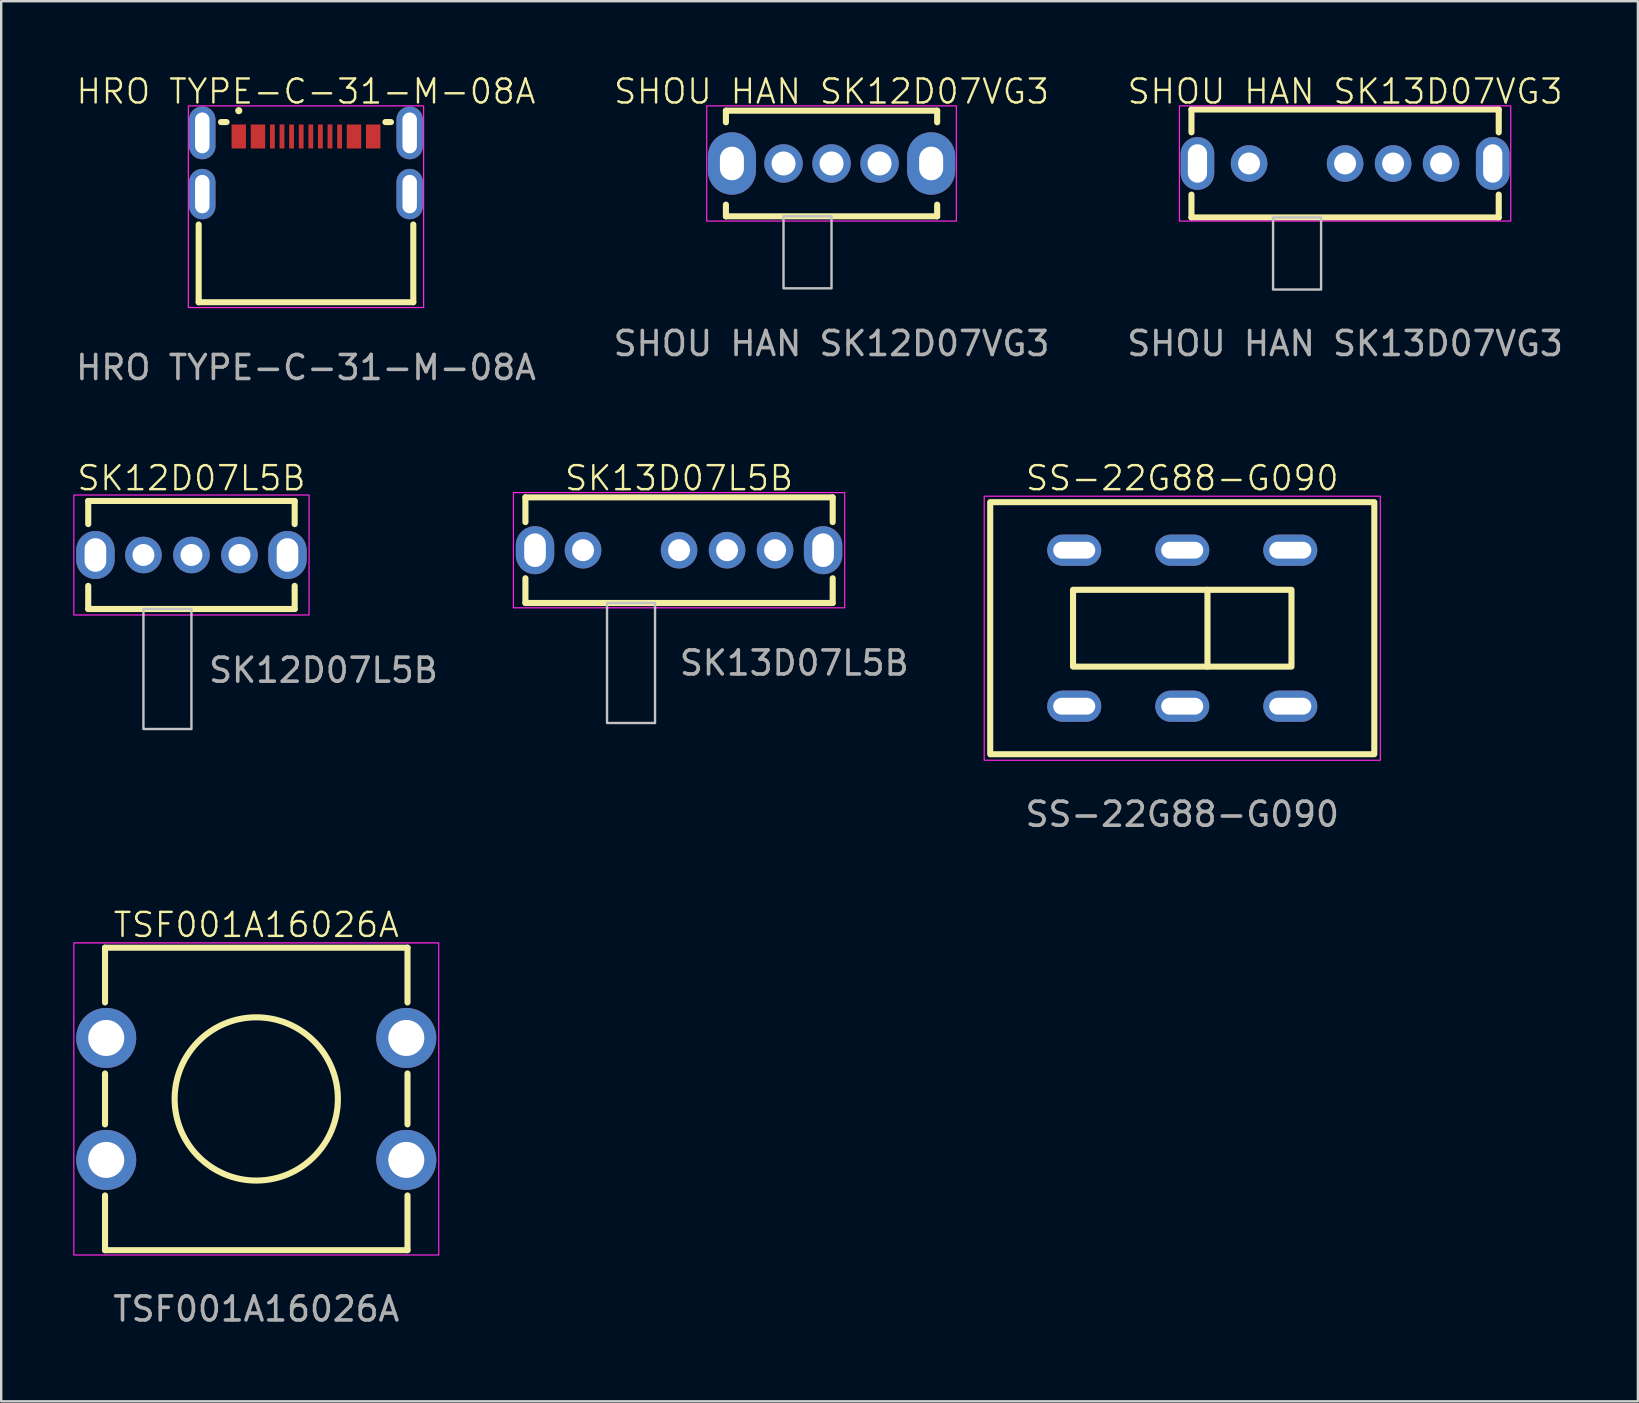
<source format=kicad_pcb>
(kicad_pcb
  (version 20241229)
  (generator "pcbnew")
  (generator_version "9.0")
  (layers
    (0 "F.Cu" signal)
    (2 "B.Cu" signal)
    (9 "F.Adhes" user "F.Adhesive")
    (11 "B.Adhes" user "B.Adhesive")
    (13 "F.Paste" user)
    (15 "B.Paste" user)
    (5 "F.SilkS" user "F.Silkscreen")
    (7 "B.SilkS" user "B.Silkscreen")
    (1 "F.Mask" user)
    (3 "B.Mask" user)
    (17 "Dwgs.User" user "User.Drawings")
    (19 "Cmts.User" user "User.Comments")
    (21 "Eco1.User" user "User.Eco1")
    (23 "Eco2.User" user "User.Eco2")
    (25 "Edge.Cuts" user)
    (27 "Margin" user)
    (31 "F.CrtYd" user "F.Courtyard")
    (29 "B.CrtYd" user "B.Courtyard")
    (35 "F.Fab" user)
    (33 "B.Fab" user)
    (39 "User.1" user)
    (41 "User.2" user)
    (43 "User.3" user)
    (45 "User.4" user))
  (footprint "HRO TYPE-C-31-M-08A"
    (layer "F.Cu")
    (at 9.696 3.76)
    (property "Reference" "HRO TYPE-C-31-M-08A" (at 0 -3 0) (unlocked yes) (layer "F.SilkS") (effects (font (size 1 1) (thickness 0.1))))
    (attr smd)
    (fp_line (start -4.47 2.542) (end -4.47 5.78) (stroke (width 0.254) (type default)) (layer "F.SilkS"))
    (fp_line (start -4.47 5.78) (end 4.47 5.78) (stroke (width 0.254) (type default)) (layer "F.SilkS"))
    (fp_line (start -3.308 -1.725) (end -3.539 -1.725) (stroke (width 0.254) (type default)) (layer "F.SilkS"))
    (fp_line (start 3.308 -1.725) (end 3.539 -1.725) (stroke (width 0.254) (type default)) (layer "F.SilkS"))
    (fp_line (start 4.47 5.78) (end 4.47 2.542) (stroke (width 0.254) (type default)) (layer "F.SilkS"))
    (fp_circle (center -2.8 -2.2) (end -2.7 -2.2) (stroke (width 0.1) (type solid)) (fill yes) (layer "F.SilkS"))
    (fp_rect (start -4.9 -2.4) (end 4.9 6) (stroke (width 0.05) (type default)) (fill no) (layer "F.CrtYd"))
    (fp_text user "${REFERENCE}" (at 0 8.5 0) (unlocked yes) (layer "F.Fab") (effects (font (size 1 1) (thickness 0.15))))
    (pad "1" smd rect (at -2.8 -1.125) (size 0.6 1) (layers "F.Cu" "F.Mask" "F.Paste"))
    (pad "2" smd rect (at -2 -1.125) (size 0.6 1) (layers "F.Cu" "F.Mask" "F.Paste"))
    (pad "3" smd rect (at -1.4 -1.125) (size 0.2 1) (layers "F.Cu" "F.Mask" "F.Paste"))
    (pad "4" smd rect (at -1 -1.125) (size 0.2 1) (layers "F.Cu" "F.Mask" "F.Paste"))
    (pad "5" smd rect (at -0.6 -1.125) (size 0.2 1) (layers "F.Cu" "F.Mask" "F.Paste"))
    (pad "6" smd rect (at -0.2 -1.125) (size 0.2 1) (layers "F.Cu" "F.Mask" "F.Paste"))
    (pad "7" smd rect (at 0.2 -1.125) (size 0.2 1) (layers "F.Cu" "F.Mask" "F.Paste"))
    (pad "8" smd rect (at 0.6 -1.125) (size 0.2 1) (layers "F.Cu" "F.Mask" "F.Paste"))
    (pad "9" smd rect (at 1 -1.125) (size 0.2 1) (layers "F.Cu" "F.Mask" "F.Paste"))
    (pad "10" smd rect (at 1.4 -1.125) (size 0.2 1) (layers "F.Cu" "F.Mask" "F.Paste"))
    (pad "11" smd rect (at 2 -1.125) (size 0.6 1) (layers "F.Cu" "F.Mask" "F.Paste"))
    (pad "12" smd rect (at 2.8 -1.125) (size 0.6 1) (layers "F.Cu" "F.Mask" "F.Paste"))
    (pad "13" thru_hole oval (at -4.32 -1.275) (size 1.1 2.2) (drill oval 0.6 1.7) (layers "*.Cu" "*.Mask"))
    (pad "13" thru_hole oval (at -4.32 1.275) (size 1.1 2.1) (drill oval 0.6 1.6) (layers "*.Cu" "*.Mask"))
    (pad "13" thru_hole oval (at 4.32 -1.275) (size 1.1 2.2) (drill oval 0.6 1.7) (layers "*.Cu" "*.Mask"))
    (pad "13" thru_hole oval (at 4.32 1.275) (size 1.1 2.1) (drill oval 0.6 1.6) (layers "*.Cu" "*.Mask")))
  (footprint "SS-22G88-G090"
    (layer "F.Cu")
    (at 46.199 23.119)
    (property "Reference" "SS-22G88-G090" (at 0 -6.25 0) (unlocked yes) (layer "F.SilkS") (effects (font (size 1 1) (thickness 0.1))))
    (attr through_hole)
    (fp_line (start 1.05 -1.6) (end 1.05 1.6) (stroke (width 0.254) (type default)) (layer "F.SilkS"))
    (fp_rect (start -8 -5.25) (end 8 5.25) (stroke (width 0.254) (type default)) (fill no) (layer "F.SilkS"))
    (fp_rect (start -4.55 -1.6) (end 4.55 1.6) (stroke (width 0.254) (type default)) (fill no) (layer "F.SilkS"))
    (fp_rect (start -8.25 -5.5) (end 8.25 5.5) (stroke (width 0.05) (type default)) (fill no) (layer "F.CrtYd"))
    (fp_text user "${REFERENCE}" (at 0 7.75 0) (unlocked yes) (layer "F.Fab") (effects (font (size 1 1) (thickness 0.15))))
    (pad "1" thru_hole oval (at -4.5 3.25) (size 2.25 1.3) (drill oval 1.75 0.7) (layers "*.Cu" "*.Mask"))
    (pad "2" thru_hole oval (at 0 3.25) (size 2.25 1.3) (drill oval 1.75 0.7) (layers "*.Cu" "*.Mask"))
    (pad "3" thru_hole oval (at 4.5 3.25) (size 2.25 1.3) (drill oval 1.75 0.7) (layers "*.Cu" "*.Mask"))
    (pad "4" thru_hole oval (at 4.5 -3.25) (size 2.25 1.3) (drill oval 1.75 0.7) (layers "*.Cu" "*.Mask"))
    (pad "5" thru_hole oval (at 0 -3.25) (size 2.25 1.3) (drill oval 1.75 0.7) (layers "*.Cu" "*.Mask"))
    (pad "6" thru_hole oval (at -4.5 -3.25) (size 2.25 1.3) (drill oval 1.75 0.7) (layers "*.Cu" "*.Mask")))
  (footprint "SHOU HAN SK12D07VG3"
    (layer "F.Cu")
    (at 31.589 3.76)
    (property "Reference" "SHOU HAN SK12D07VG3" (at 0 -3 0) (unlocked yes) (layer "F.SilkS") (effects (font (size 1 1) (thickness 0.1))))
    (attr through_hole)
    (fp_line (start -4.4 -2.2) (end -4.4 -1.715) (stroke (width 0.254) (type default)) (layer "F.SilkS"))
    (fp_line (start -4.4 -2.2) (end 4.4 -2.2) (stroke (width 0.254) (type default)) (layer "F.SilkS"))
    (fp_line (start -4.4 1.715) (end -4.4 2.2) (stroke (width 0.254) (type default)) (layer "F.SilkS"))
    (fp_line (start -4.4 2.2) (end 4.4 2.2) (stroke (width 0.254) (type default)) (layer "F.SilkS"))
    (fp_line (start 4.4 -2.2) (end 4.4 -1.715) (stroke (width 0.254) (type default)) (layer "F.SilkS"))
    (fp_line (start 4.4 2.2) (end 4.4 1.715) (stroke (width 0.254) (type default)) (layer "F.SilkS"))
    (fp_rect (start 0 2.2) (end -2 5.2) (stroke (width 0.1) (type default)) (fill no) (layer "Dwgs.User"))
    (fp_rect (start -5.2 -2.4) (end 5.2 2.4) (stroke (width 0.05) (type default)) (fill no) (layer "F.CrtYd"))
    (fp_text user "${REFERENCE}" (at 0 7.5 0) (unlocked yes) (layer "F.Fab") (effects (font (size 1 1) (thickness 0.15))))
    (pad "1" thru_hole circle (at -2 0) (size 1.6 1.6) (drill 1) (layers "*.Cu" "*.Mask"))
    (pad "2" thru_hole circle (at 0 0) (size 1.6 1.6) (drill 1) (layers "*.Cu" "*.Mask"))
    (pad "3" thru_hole circle (at 2 0) (size 1.6 1.6) (drill 1) (layers "*.Cu" "*.Mask"))
    (pad "GND" thru_hole oval (at -4.15 0) (size 2 2.6) (drill oval 1 1.4) (layers "*.Cu" "*.Mask"))
    (pad "GND" thru_hole oval (at 4.15 0) (size 2 2.6) (drill oval 1 1.4) (layers "*.Cu" "*.Mask")))
  (footprint "SHOU HAN SK13D07VG3"
    (layer "F.Cu")
    (at 52.982 3.76)
    (property "Reference" "SHOU HAN SK13D07VG3" (at 0 -3 0) (unlocked yes) (layer "F.SilkS") (effects (font (size 1 1) (thickness 0.1))))
    (attr through_hole)
    (fp_line (start -6.4 -2.25) (end 6.4 -2.25) (stroke (width 0.254) (type default)) (layer "F.SilkS"))
    (fp_line (start -6.4 -1.297) (end -6.4 -2.25) (stroke (width 0.254) (type default)) (layer "F.SilkS"))
    (fp_line (start -6.4 2.249) (end -6.4 1.297) (stroke (width 0.254) (type default)) (layer "F.SilkS"))
    (fp_line (start -6.4 2.249) (end 6.4 2.249) (stroke (width 0.254) (type default)) (layer "F.SilkS"))
    (fp_line (start 6.4 -1.297) (end 6.4 -2.25) (stroke (width 0.254) (type default)) (layer "F.SilkS"))
    (fp_line (start 6.4 2.249) (end 6.4 1.297) (stroke (width 0.254) (type default)) (layer "F.SilkS"))
    (fp_rect (start -1 2.25) (end -3 5.25) (stroke (width 0.1) (type default)) (fill no) (layer "Dwgs.User"))
    (fp_rect (start -6.9 -2.4) (end 6.9 2.4) (stroke (width 0.05) (type default)) (fill no) (layer "F.CrtYd"))
    (fp_text user "${REFERENCE}" (at 0 7.5 0) (unlocked yes) (layer "F.Fab") (effects (font (size 1 1) (thickness 0.15))))
    (pad "1" thru_hole circle (at -4 0) (size 1.524 1.524) (drill 0.914) (layers "*.Cu" "*.Mask"))
    (pad "2" thru_hole circle (at 0 0) (size 1.524 1.524) (drill 0.914) (layers "*.Cu" "*.Mask"))
    (pad "3" thru_hole circle (at 2 0) (size 1.524 1.524) (drill 0.914) (layers "*.Cu" "*.Mask"))
    (pad "4" thru_hole circle (at 4 0) (size 1.524 1.524) (drill 0.914) (layers "*.Cu" "*.Mask"))
    (pad "GND" thru_hole oval (at -6.15 0) (size 1.4 2.2) (drill oval 0.8 1.6) (layers "*.Cu" "*.Mask"))
    (pad "GND" thru_hole oval (at 6.15 0) (size 1.4 2.2) (drill oval 0.8 1.6) (layers "*.Cu" "*.Mask")))
  (footprint "TSF001A16026A"
    (layer "F.Cu")
    (at 7.625 42.728)
    (property "Reference" "TSF001A16026A" (at 0 -7.25 0) (unlocked yes) (layer "F.SilkS") (effects (font (size 1 1) (thickness 0.1))))
    (attr through_hole)
    (fp_line (start -6.3 -6.3) (end -6.3 -4.02) (stroke (width 0.254) (type default)) (layer "F.SilkS"))
    (fp_line (start -6.3 -1.06) (end -6.3 1.06) (stroke (width 0.254) (type default)) (layer "F.SilkS"))
    (fp_line (start -6.3 6.3) (end -6.3 4.02) (stroke (width 0.254) (type default)) (layer "F.SilkS"))
    (fp_line (start 6.3 -6.3) (end -6.3 -6.3) (stroke (width 0.254) (type default)) (layer "F.SilkS"))
    (fp_line (start 6.3 -6.3) (end 6.3 -4.02) (stroke (width 0.254) (type default)) (layer "F.SilkS"))
    (fp_line (start 6.3 -1.06) (end 6.3 1.06) (stroke (width 0.254) (type default)) (layer "F.SilkS"))
    (fp_line (start 6.3 6.3) (end -6.3 6.3) (stroke (width 0.254) (type default)) (layer "F.SilkS"))
    (fp_line (start 6.3 6.3) (end 6.3 4.02) (stroke (width 0.254) (type default)) (layer "F.SilkS"))
    (fp_circle (center 0 0) (end 3.4 0) (stroke (width 0.254) (type default)) (fill no) (layer "F.SilkS"))
    (fp_rect (start -7.6 -6.5) (end 7.6 6.5) (stroke (width 0.05) (type default)) (fill no) (layer "F.CrtYd"))
    (fp_text user "${REFERENCE}" (at 0 8.75 0) (unlocked yes) (layer "F.Fab") (effects (font (size 1 1) (thickness 0.15))))
    (pad "1" thru_hole circle (at -6.25 -2.54) (size 2.5 2.5) (drill 1.5) (layers "*.Cu" "*.Mask"))
    (pad "1" thru_hole circle (at 6.25 -2.54) (size 2.5 2.5) (drill 1.5) (layers "*.Cu" "*.Mask"))
    (pad "2" thru_hole circle (at -6.25 2.54) (size 2.5 2.5) (drill 1.5) (layers "*.Cu" "*.Mask"))
    (pad "2" thru_hole circle (at 6.25 2.54) (size 2.5 2.5) (drill 1.5) (layers "*.Cu" "*.Mask")))
  (footprint "SK13D07L5B"
    (layer "F.Cu")
    (at 25.237 19.869)
    (property "Reference" "SK13D07L5B" (at 0 -3 0) (unlocked yes) (layer "F.SilkS") (effects (font (size 1 1) (thickness 0.1))))
    (attr through_hole)
    (fp_line (start -6.4 -2.2) (end -6.4 -1.17) (stroke (width 0.254) (type default)) (layer "F.SilkS"))
    (fp_line (start -6.4 -2.2) (end 6.4 -2.2) (stroke (width 0.254) (type default)) (layer "F.SilkS"))
    (fp_line (start -6.4 2.2) (end -6.4 1.17) (stroke (width 0.254) (type default)) (layer "F.SilkS"))
    (fp_line (start -6.4 2.2) (end 6.4 2.2) (stroke (width 0.254) (type default)) (layer "F.SilkS"))
    (fp_line (start 6.4 -2.2) (end 6.4 -1.17) (stroke (width 0.254) (type default)) (layer "F.SilkS"))
    (fp_line (start 6.4 2.2) (end 6.4 1.17) (stroke (width 0.254) (type default)) (layer "F.SilkS"))
    (fp_rect (start -3 2.2) (end -1 7.2) (stroke (width 0.1) (type default)) (fill no) (layer "Dwgs.User"))
    (fp_rect (start -6.9 -2.4) (end 6.9 2.4) (stroke (width 0.05) (type default)) (fill no) (layer "F.CrtYd"))
    (fp_text user "${REFERENCE}" (at 4.8 4.7 0) (unlocked yes) (layer "F.Fab") (effects (font (size 1 1) (thickness 0.15))))
    (pad "1" thru_hole circle (at -4 0) (size 1.524 1.524) (drill 0.914) (layers "*.Cu" "*.Mask"))
    (pad "2" thru_hole circle (at 0 0) (size 1.524 1.524) (drill 0.914) (layers "*.Cu" "*.Mask"))
    (pad "3" thru_hole circle (at 2 0) (size 1.524 1.524) (drill 0.914) (layers "*.Cu" "*.Mask"))
    (pad "4" thru_hole circle (at 4 0) (size 1.524 1.524) (drill 0.914) (layers "*.Cu" "*.Mask"))
    (pad "GND" thru_hole oval (at -6 0) (size 1.6 2) (drill oval 0.9 1.4) (layers "*.Cu" "*.Mask"))
    (pad "GND" thru_hole oval (at 6 0) (size 1.6 2) (drill oval 0.9 1.4) (layers "*.Cu" "*.Mask")))
  (footprint "SK12D07L5B"
    (layer "F.Cu")
    (at 4.925 20.069)
    (property "Reference" "SK12D07L5B" (at 0 -3.2 0) (unlocked yes) (layer "F.SilkS") (effects (font (size 1 1) (thickness 0.1))))
    (attr through_hole)
    (fp_line (start -4.3 -2.25) (end -4.3 -1.286) (stroke (width 0.254) (type default)) (layer "F.SilkS"))
    (fp_line (start -4.3 -2.25) (end 4.3 -2.25) (stroke (width 0.254) (type default)) (layer "F.SilkS"))
    (fp_line (start -4.3 2.25) (end -4.3 1.286) (stroke (width 0.254) (type default)) (layer "F.SilkS"))
    (fp_line (start -4.3 2.25) (end 4.3 2.25) (stroke (width 0.254) (type default)) (layer "F.SilkS"))
    (fp_line (start 4.3 -2.25) (end 4.3 -1.286) (stroke (width 0.254) (type default)) (layer "F.SilkS"))
    (fp_line (start 4.3 2.25) (end 4.3 1.286) (stroke (width 0.254) (type default)) (layer "F.SilkS"))
    (fp_rect (start -2 2.25) (end 0 7.25) (stroke (width 0.1) (type default)) (fill no) (layer "Dwgs.User"))
    (fp_rect (start -4.9 -2.5) (end 4.9 2.5) (stroke (width 0.05) (type default)) (fill no) (layer "F.CrtYd"))
    (fp_text user "${REFERENCE}" (at 5.5 4.8 0) (unlocked yes) (layer "F.Fab") (effects (font (size 1 1) (thickness 0.15))))
    (pad "1" thru_hole circle (at -2 0) (size 1.524 1.524) (drill 0.914) (layers "*.Cu" "*.Mask"))
    (pad "2" thru_hole circle (at 0 0) (size 1.524 1.524) (drill 0.914) (layers "*.Cu" "*.Mask"))
    (pad "3" thru_hole circle (at 2 0) (size 1.524 1.524) (drill 0.914) (layers "*.Cu" "*.Mask"))
    (pad "GND" thru_hole oval (at -4 0) (size 1.6 2) (drill oval 0.9 1.4) (layers "*.Cu" "*.Mask"))
    (pad "GND" thru_hole oval (at 4 0) (size 1.6 2) (drill oval 0.9 1.4) (layers "*.Cu" "*.Mask")))
  (gr_rect
    (start -3 -3)
    (end 65.179 55.326)
    (stroke (width 0.1) (type default))
    (fill no)
    (layer "Edge.Cuts")))
</source>
